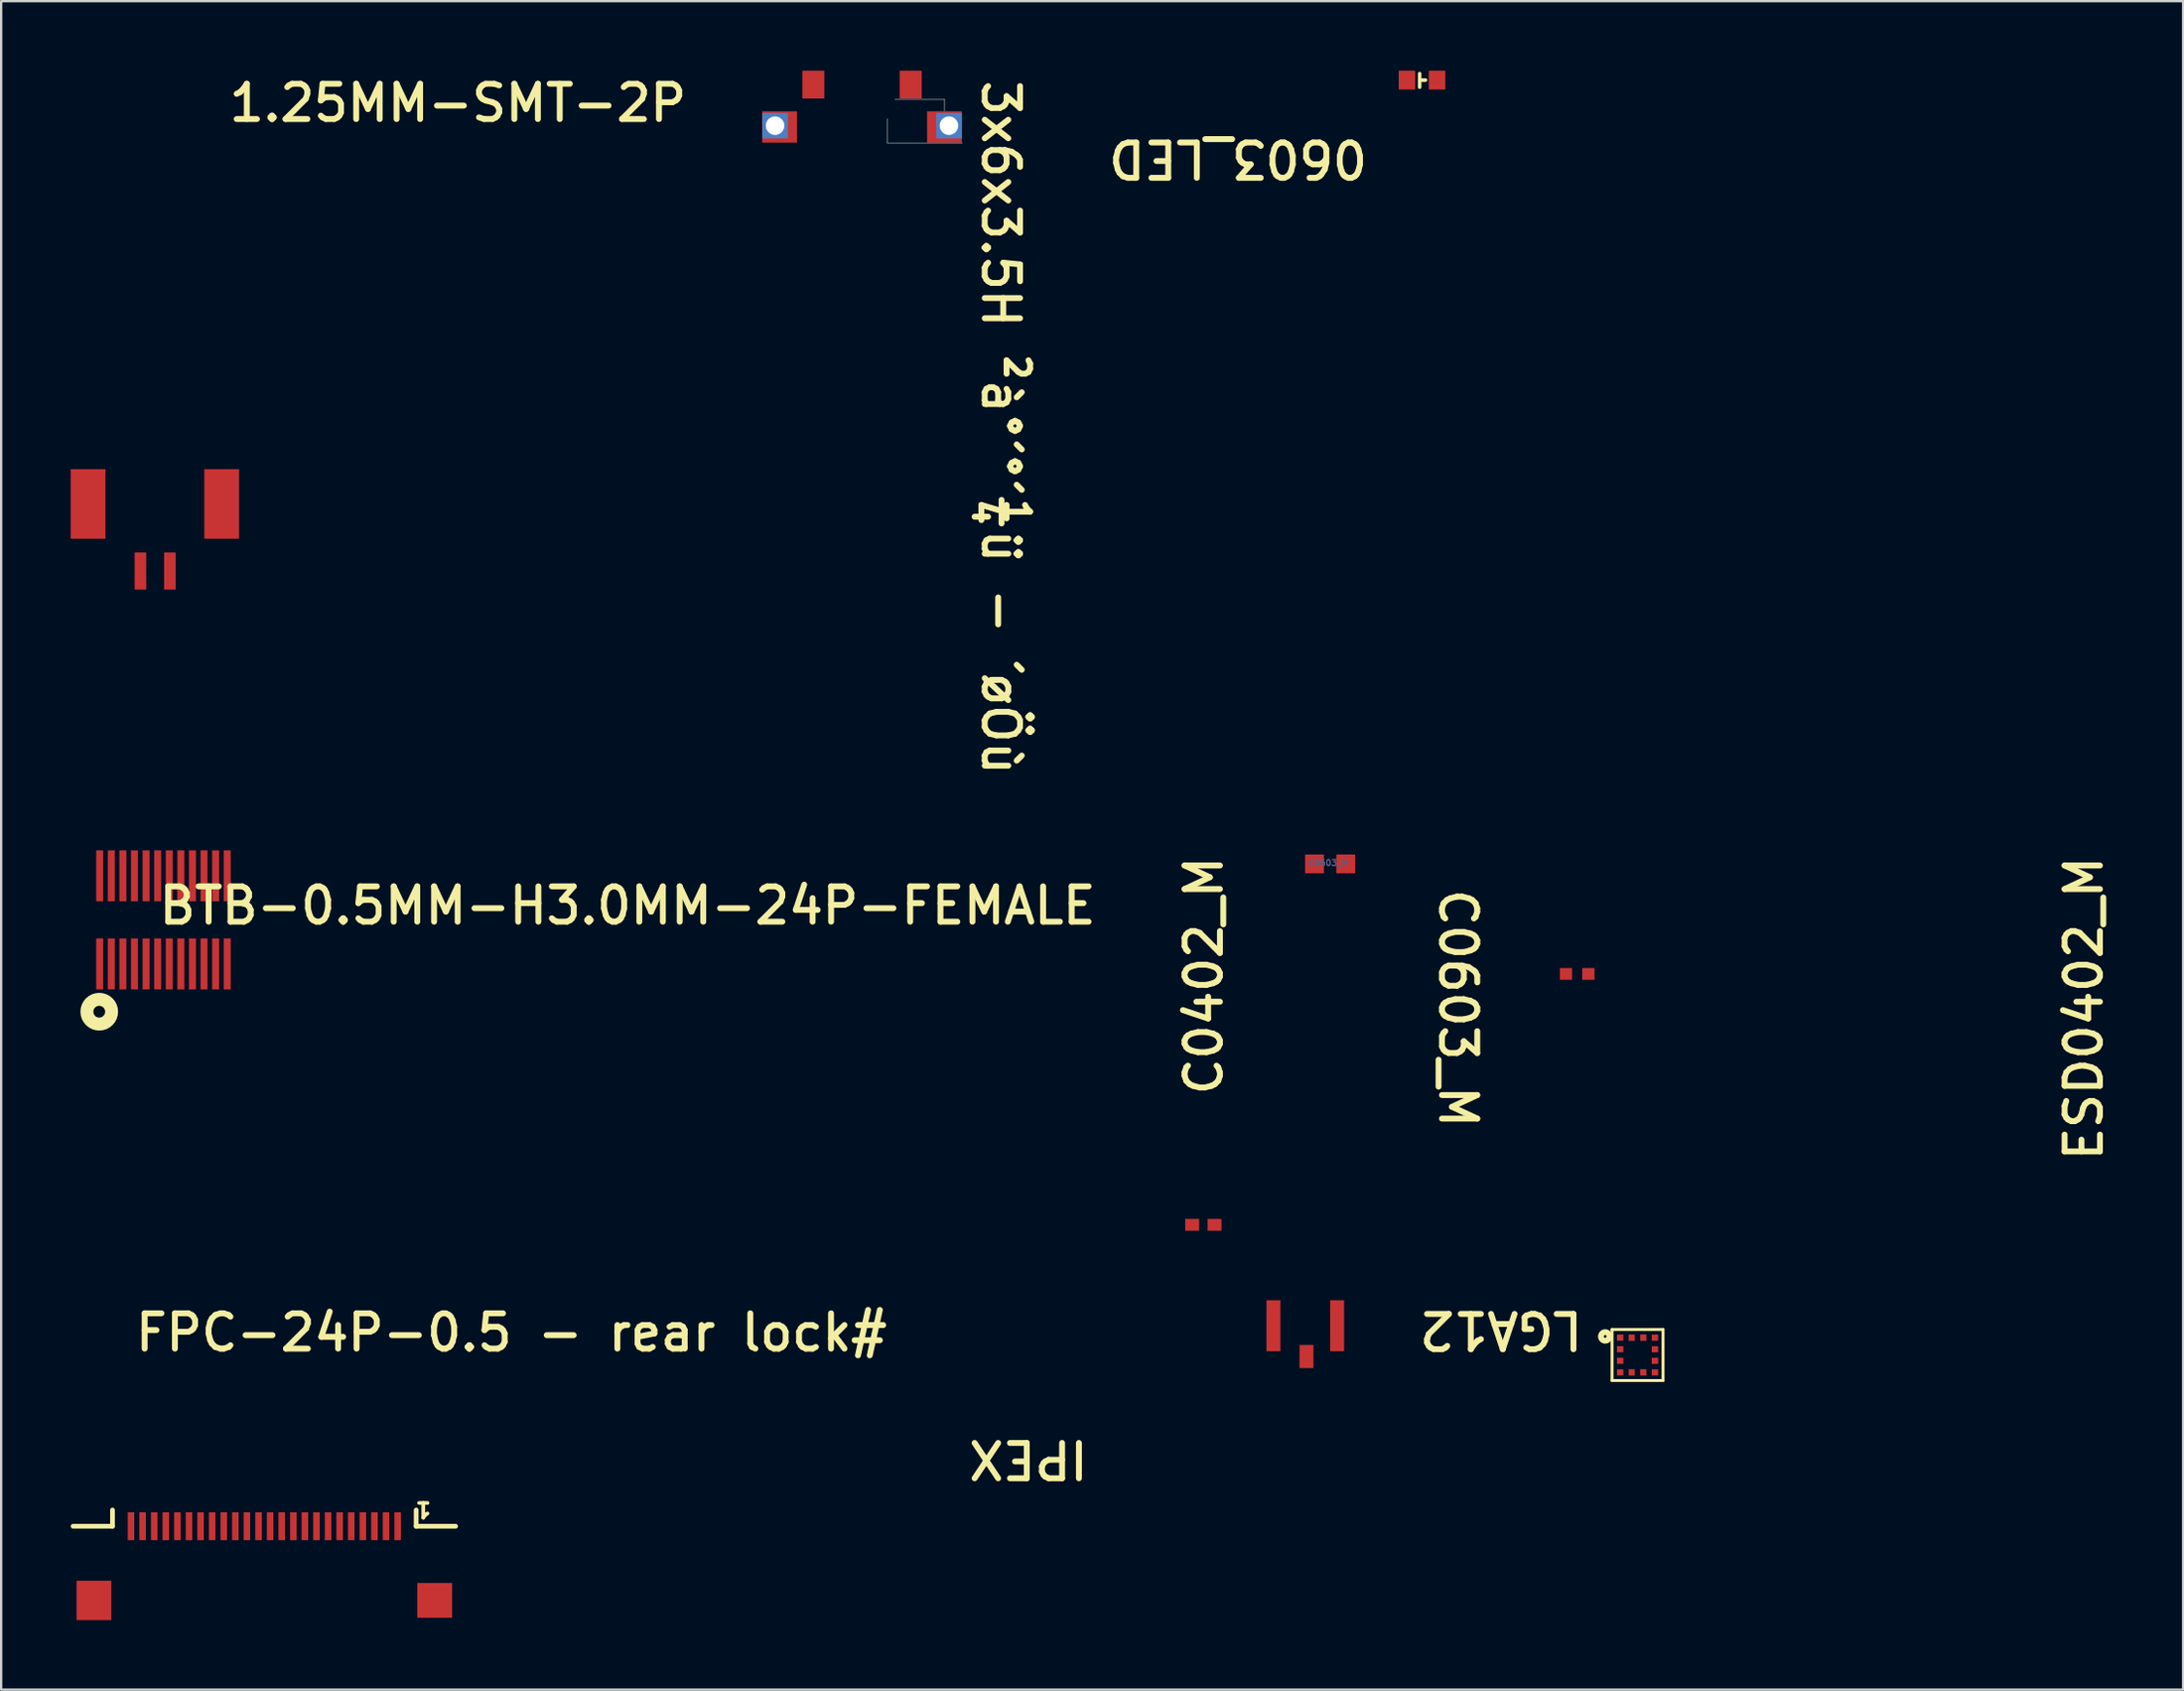
<source format=kicad_pcb>
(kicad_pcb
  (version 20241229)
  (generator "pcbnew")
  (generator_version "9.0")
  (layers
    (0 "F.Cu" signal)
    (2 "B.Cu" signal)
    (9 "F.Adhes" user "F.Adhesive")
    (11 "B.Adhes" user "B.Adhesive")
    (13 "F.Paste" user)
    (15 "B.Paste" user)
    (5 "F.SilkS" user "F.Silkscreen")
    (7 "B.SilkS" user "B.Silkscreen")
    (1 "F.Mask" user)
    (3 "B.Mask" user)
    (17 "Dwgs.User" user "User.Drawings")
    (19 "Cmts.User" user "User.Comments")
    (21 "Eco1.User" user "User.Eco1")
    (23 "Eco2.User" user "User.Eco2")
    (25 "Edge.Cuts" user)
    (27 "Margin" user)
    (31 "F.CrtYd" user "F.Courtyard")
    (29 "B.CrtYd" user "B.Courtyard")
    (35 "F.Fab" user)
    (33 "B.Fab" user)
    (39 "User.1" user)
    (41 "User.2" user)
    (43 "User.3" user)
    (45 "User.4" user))
  (footprint "LGA12"
    (layer "F.Cu")
    (at 67.587 55.413)
    (property "Reference" "LGA12" (at -2.235 -1.974 180) (unlocked yes) (layer "F.SilkS") (effects (font (size 1.524 1.524) (thickness 0.254)) (justify left bottom)))
    (fp_line (start -1.1 1.1) (end -1.1 -1.1) (stroke (width 0.127) (type solid)) (layer "F.SilkS"))
    (fp_line (start 1.1 -1.1) (end -1.1 -1.1) (stroke (width 0.127) (type solid)) (layer "F.SilkS"))
    (fp_line (start 1.1 1.1) (end -1.1 1.1) (stroke (width 0.127) (type solid)) (layer "F.SilkS"))
    (fp_line (start 1.1 1.1) (end 1.1 -1.1) (stroke (width 0.127) (type solid)) (layer "F.SilkS"))
    (fp_circle (center -1.395 -0.802) (end -1.395 -0.862) (stroke (width 0.25) (type solid)) (fill no) (layer "F.SilkS"))
    (pad "1" smd rect (at -0.75 -0.751 180) (size 0.275 0.265) (layers "F.Cu" "F.Mask" "F.Paste"))
    (pad "2" smd rect (at -0.75 -0.251 180) (size 0.275 0.265) (layers "F.Cu" "F.Mask" "F.Paste"))
    (pad "3" smd rect (at -0.75 0.249 180) (size 0.275 0.265) (layers "F.Cu" "F.Mask" "F.Paste"))
    (pad "4" smd rect (at -0.75 0.749 180) (size 0.275 0.265) (layers "F.Cu" "F.Mask" "F.Paste"))
    (pad "5" smd rect (at -0.25 0.749 90) (size 0.275 0.265) (layers "F.Cu" "F.Mask" "F.Paste"))
    (pad "6" smd rect (at 0.25 0.749 270) (size 0.275 0.265) (layers "F.Cu" "F.Mask" "F.Paste"))
    (pad "7" smd rect (at 0.75 0.751 180) (size 0.275 0.265) (layers "F.Cu" "F.Mask" "F.Paste"))
    (pad "8" smd rect (at 0.75 0.251 180) (size 0.275 0.265) (layers "F.Cu" "F.Mask" "F.Paste"))
    (pad "9" smd rect (at 0.75 -0.249 180) (size 0.275 0.265) (layers "F.Cu" "F.Mask" "F.Paste"))
    (pad "10" smd rect (at 0.75 -0.749 180) (size 0.275 0.265) (layers "F.Cu" "F.Mask" "F.Paste"))
    (pad "11" smd rect (at 0.25 -0.749 270) (size 0.275 0.265) (layers "F.Cu" "F.Mask" "F.Paste"))
    (pad "12" smd rect (at -0.25 -0.749 270) (size 0.275 0.265) (layers "F.Cu" "F.Mask" "F.Paste")))
  (footprint "BTB-0.5MM-H3.0MM-24P-FEMALE"
    (layer "F.Cu")
    (at 4 36.638)
    (property "Reference" "BTB-0.5MM-H3.0MM-24P-FEMALE" (at -0.322 0.277 0) (unlocked yes) (layer "F.SilkS") (effects (font (size 1.524 1.524) (thickness 0.254)) (justify left bottom)))
    (fp_circle (center -2.769 3.962) (end -2.769 4.216) (stroke (width 0.559) (type solid)) (fill no) (layer "F.SilkS"))
    (pad "" np_thru_hole circle (at -3.7 -1.25) (size 0.001 0.001) (drill 0.6) (layers "*.Cu" "*.Mask"))
    (pad "" np_thru_hole circle (at 3.7 -1.25 180) (size 0.001 0.001) (drill 0.6) (layers "*.Cu" "*.Mask"))
    (pad "1" smd rect (at -2.75 1.9 180) (size 0.3 2.2) (layers "F.Cu" "F.Mask" "F.Paste"))
    (pad "2" smd rect (at -2.25 1.9 180) (size 0.3 2.2) (layers "F.Cu" "F.Mask" "F.Paste"))
    (pad "3" smd rect (at -1.75 1.9 180) (size 0.3 2.2) (layers "F.Cu" "F.Mask" "F.Paste"))
    (pad "4" smd rect (at -1.25 1.9 180) (size 0.3 2.2) (layers "F.Cu" "F.Mask" "F.Paste"))
    (pad "5" smd rect (at -0.75 1.9 180) (size 0.3 2.2) (layers "F.Cu" "F.Mask" "F.Paste"))
    (pad "6" smd rect (at -0.25 1.9 180) (size 0.3 2.2) (layers "F.Cu" "F.Mask" "F.Paste"))
    (pad "7" smd rect (at 0.25 1.9 180) (size 0.3 2.2) (layers "F.Cu" "F.Mask" "F.Paste"))
    (pad "8" smd rect (at 0.75 1.9 180) (size 0.3 2.2) (layers "F.Cu" "F.Mask" "F.Paste"))
    (pad "9" smd rect (at 1.25 1.9 180) (size 0.3 2.2) (layers "F.Cu" "F.Mask" "F.Paste"))
    (pad "10" smd rect (at 1.75 1.9 180) (size 0.3 2.2) (layers "F.Cu" "F.Mask" "F.Paste"))
    (pad "11" smd rect (at 2.25 1.9 180) (size 0.3 2.2) (layers "F.Cu" "F.Mask" "F.Paste"))
    (pad "12" smd rect (at 2.75 1.9 180) (size 0.3 2.2) (layers "F.Cu" "F.Mask" "F.Paste"))
    (pad "13" smd rect (at 2.75 -1.9 180) (size 0.3 2.2) (layers "F.Cu" "F.Mask" "F.Paste"))
    (pad "14" smd rect (at 2.25 -1.9 180) (size 0.3 2.2) (layers "F.Cu" "F.Mask" "F.Paste"))
    (pad "15" smd rect (at 1.75 -1.9 180) (size 0.3 2.2) (layers "F.Cu" "F.Mask" "F.Paste"))
    (pad "16" smd rect (at 1.25 -1.9 180) (size 0.3 2.2) (layers "F.Cu" "F.Mask" "F.Paste"))
    (pad "17" smd rect (at 0.75 -1.9 180) (size 0.3 2.2) (layers "F.Cu" "F.Mask" "F.Paste"))
    (pad "18" smd rect (at 0.25 -1.9 180) (size 0.3 2.2) (layers "F.Cu" "F.Mask" "F.Paste"))
    (pad "19" smd rect (at -0.25 -1.9 180) (size 0.3 2.2) (layers "F.Cu" "F.Mask" "F.Paste"))
    (pad "20" smd rect (at -0.75 -1.9 180) (size 0.3 2.2) (layers "F.Cu" "F.Mask" "F.Paste"))
    (pad "21" smd rect (at -1.25 -1.9 180) (size 0.3 2.2) (layers "F.Cu" "F.Mask" "F.Paste"))
    (pad "22" smd rect (at -1.75 -1.9 180) (size 0.3 2.2) (layers "F.Cu" "F.Mask" "F.Paste"))
    (pad "23" smd rect (at -2.25 -1.9 180) (size 0.3 2.2) (layers "F.Cu" "F.Mask" "F.Paste"))
    (pad "24" smd rect (at -2.75 -1.9 180) (size 0.3 2.2) (layers "F.Cu" "F.Mask" "F.Paste")))
  (footprint "3x6x3.5H ²à°´°´¼ü - ´øÖù"
    (layer "F.Cu")
    (at 34.134 2.072)
    (property "Reference" "3x6x3.5H ²à°´°´¼ü - ´øÖù" (at 5.093 -1.791 270) (unlocked yes) (layer "F.SilkS") (effects (font (size 1.524 1.524) (thickness 0.254)) (justify left bottom)))
    (fp_line (start 1.1 0) (end 1.1 1.05) (stroke (width 0.025) (type solid)) (layer "Dwgs.User"))
    (fp_line (start 1.1 1.05) (end 4.325 1.05) (stroke (width 0.025) (type solid)) (layer "Dwgs.User"))
    (fp_line (start 1.418 -0.832) (end 3.561 -0.832) (stroke (width 0.025) (type solid)) (layer "Dwgs.User"))
    (fp_line (start 3.561 -0.832) (end 3.561 -0.332) (stroke (width 0.025) (type solid)) (layer "Dwgs.User"))
    (pad "" np_thru_hole rect (at -1.15 0 90) (size 0.001 0.001) (drill 0.9) (layers "*.Cu" "*.Mask"))
    (pad "" np_thru_hole rect (at 1.15 0 90) (size 0.001 0.001) (drill 0.9) (layers "*.Cu" "*.Mask"))
    (pad "1" smd rect (at -2.1 -1.472 90) (size 1.2 0.95) (layers "F.Cu" "F.Mask" "F.Paste"))
    (pad "2" smd rect (at 2.1 -1.472 90) (size 1.2 0.95) (layers "F.Cu" "F.Mask" "F.Paste"))
    (pad "3" thru_hole rect (at -3.75 0.3 90) (size 1.1 1.1) (drill 0.8) (layers "*.Cu" "*.Mask"))
    (pad "3" smd rect (at -3.556 0.356 90) (size 1.35 1.5) (layers "F.Cu" "F.Mask" "F.Paste"))
    (pad "4" smd rect (at 3.556 0.356 90) (size 1.35 1.5) (layers "F.Cu" "F.Mask" "F.Paste"))
    (pad "4" thru_hole rect (at 3.75 0.3 90) (size 1.1 1.1) (drill 0.8) (layers "*.Cu" "*.Mask")))
  (footprint "C0603_M"
    (layer "F.Cu")
    (at 53.678 34.223)
    (property "Reference" "C0603_M" (at 5.271 0.953 270) (unlocked yes) (layer "F.SilkS") (effects (font (size 1.524 1.524) (thickness 0.254)) (justify left bottom)))
    (property "Value" "22uF 6.3V" (at -0.114 0.953 270) (unlocked yes) (layer "F.SilkS") (hide yes) (effects (font (size 1.524 1.524) (thickness 0.254)) (justify left bottom)))
    (fp_line (start -0.468 -0.533) (end -0.468 0.533) (stroke (width 0.102) (type solid)) (layer "Eco1.User"))
    (fp_line (start -0.468 -0.533) (end 1.768 -0.533) (stroke (width 0.102) (type solid)) (layer "Eco1.User"))
    (fp_line (start -0.468 0.533) (end 1.768 0.533) (stroke (width 0.102) (type solid)) (layer "Eco1.User"))
    (fp_line (start 1.768 -0.533) (end 1.768 0.533) (stroke (width 0.102) (type solid)) (layer "Eco1.User"))
    (fp_text user "${VALUE}" (at -0.29 0.102 0) (unlocked yes) (layer "Eco1.User") (effects (font (size 0.254 0.254) (thickness 0.051)) (justify left bottom)))
    (fp_text user "${REFERENCE}" (at -0.315 0.102 0) (unlocked yes) (layer "B.Fab") (effects (font (size 0.254 0.254) (thickness 0.051)) (justify left bottom)))
    (pad "1" smd rect (at -0.025 0 90) (size 0.813 0.813) (layers "F.Cu" "F.Mask" "F.Paste"))
    (pad "2" smd rect (at 1.321 0 90) (size 0.813 0.813) (layers "F.Cu" "F.Mask" "F.Paste")))
  (footprint "C0402_M"
    (layer "F.Cu")
    (at 48.402 49.797)
    (property "Reference" "C0402_M" (at 1.37 -5.469 90) (unlocked yes) (layer "F.SilkS") (effects (font (size 1.524 1.524) (thickness 0.254)) (justify left bottom)))
    (pad "1" smd rect (at -0.025 0) (size 0.6 0.508) (layers "F.Cu" "F.Mask" "F.Paste"))
    (pad "2" smd rect (at 0.94 0) (size 0.6 0.508) (layers "F.Cu" "F.Mask" "F.Paste")))
  (footprint "ESD0402_M"
    (layer "F.Cu")
    (at 64.982 38.971)
    (property "Reference" "ESD0402_M" (at 22.75 8.188 90) (unlocked yes) (layer "F.SilkS") (effects (font (size 1.524 1.524) (thickness 0.254)) (justify left bottom)))
    (pad "A" smd rect (at -0.483 0 180) (size 0.53 0.508) (layers "F.Cu" "F.Mask" "F.Paste"))
    (pad "K" smd rect (at 0.483 0 180) (size 0.53 0.508) (layers "F.Cu" "F.Mask" "F.Paste")))
  (footprint "IPEX"
    (layer "F.Cu")
    (at 53.306 55.651)
    (property "Reference" "IPEX" (at -9.286 3.356 180) (unlocked yes) (layer "F.SilkS") (effects (font (size 1.524 1.524) (thickness 0.254)) (justify left bottom)))
    (pad "1" smd rect (at 0 -0.175 180) (size 0.6 1) (layers "F.Cu" "F.Mask" "F.Paste"))
    (pad "2" smd rect (at 1.322 -1.5 180) (size 0.6 2.2) (layers "F.Cu" "F.Mask" "F.Paste"))
    (pad "3" smd rect (at -1.424 -1.5 180) (size 0.6 2.2) (layers "F.Cu" "F.Mask" "F.Paste")))
  (footprint "1.25MM-SMT-2P"
    (layer "F.Cu")
    (at 3.643 20.14)
    (property "Reference" "1.25MM-SMT-2P" (at 3.061 -17.854 0) (unlocked yes) (layer "F.SilkS") (effects (font (size 1.524 1.524) (thickness 0.254)) (justify left bottom)))
    (pad "1" smd rect (at -0.635 1.448) (size 0.5 1.6) (layers "F.Cu" "F.Mask" "F.Paste"))
    (pad "2" smd rect (at 0.635 1.448) (size 0.5 1.6) (layers "F.Cu" "F.Mask" "F.Paste"))
    (pad "3" smd rect (at 2.87 -1.448 180) (size 1.5 3) (layers "F.Cu" "F.Mask" "F.Paste"))
    (pad "4" smd rect (at -2.893 -1.448) (size 1.5 3) (layers "F.Cu" "F.Mask" "F.Paste")))
  (footprint "FPC-24P-0.5 - rear lock#"
    (layer "F.Cu")
    (at 8.352 62.217)
    (property "Reference" "FPC-24P-0.5 - rear lock#" (at -5.693 -6.881 0) (unlocked yes) (layer "F.SilkS") (effects (font (size 1.524 1.524) (thickness 0.254)) (justify left bottom)))
    (fp_line (start -8.25 0.583) (end -6.55 0.583) (stroke (width 0.203) (type solid)) (layer "F.SilkS"))
    (fp_line (start -6.55 0.583) (end -6.55 -0.117) (stroke (width 0.203) (type solid)) (layer "F.SilkS"))
    (fp_line (start 6.55 0.583) (end 6.55 -0.117) (stroke (width 0.203) (type solid)) (layer "F.SilkS"))
    (fp_line (start 6.55 0.583) (end 8.25 0.583) (stroke (width 0.203) (type solid)) (layer "F.SilkS"))
    (fp_text user "1" (at 7.264 -0.508 180) (unlocked yes) (layer "F.SilkS") (effects (font (size 0.635 0.635) (thickness 0.254) (bold yes)) (justify left bottom)))
    (pad "1" smd rect (at 5.75 0.583 180) (size 0.28 1.2) (layers "F.Cu" "F.Mask" "F.Paste"))
    (pad "2" smd rect (at 5.25 0.583 180) (size 0.28 1.2) (layers "F.Cu" "F.Mask" "F.Paste"))
    (pad "3" smd rect (at 4.75 0.583 180) (size 0.28 1.2) (layers "F.Cu" "F.Mask" "F.Paste"))
    (pad "4" smd rect (at 4.25 0.583 180) (size 0.28 1.2) (layers "F.Cu" "F.Mask" "F.Paste"))
    (pad "5" smd rect (at 3.75 0.583 180) (size 0.28 1.2) (layers "F.Cu" "F.Mask" "F.Paste"))
    (pad "6" smd rect (at 3.25 0.583 180) (size 0.28 1.2) (layers "F.Cu" "F.Mask" "F.Paste"))
    (pad "7" smd rect (at 2.75 0.583 180) (size 0.28 1.2) (layers "F.Cu" "F.Mask" "F.Paste"))
    (pad "8" smd rect (at 2.25 0.583 180) (size 0.28 1.2) (layers "F.Cu" "F.Mask" "F.Paste"))
    (pad "9" smd rect (at 1.75 0.583 180) (size 0.28 1.2) (layers "F.Cu" "F.Mask" "F.Paste"))
    (pad "10" smd rect (at 1.25 0.583 180) (size 0.28 1.2) (layers "F.Cu" "F.Mask" "F.Paste"))
    (pad "11" smd rect (at 0.75 0.583 180) (size 0.28 1.2) (layers "F.Cu" "F.Mask" "F.Paste"))
    (pad "12" smd rect (at 0.25 0.583 180) (size 0.28 1.2) (layers "F.Cu" "F.Mask" "F.Paste"))
    (pad "13" smd rect (at -0.25 0.583 180) (size 0.28 1.2) (layers "F.Cu" "F.Mask" "F.Paste"))
    (pad "14" smd rect (at -0.75 0.583 180) (size 0.28 1.2) (layers "F.Cu" "F.Mask" "F.Paste"))
    (pad "15" smd rect (at -1.25 0.583 180) (size 0.28 1.2) (layers "F.Cu" "F.Mask" "F.Paste"))
    (pad "16" smd rect (at -1.75 0.583 180) (size 0.28 1.2) (layers "F.Cu" "F.Mask" "F.Paste"))
    (pad "17" smd rect (at -2.25 0.583 180) (size 0.28 1.2) (layers "F.Cu" "F.Mask" "F.Paste"))
    (pad "18" smd rect (at -2.75 0.583 180) (size 0.28 1.2) (layers "F.Cu" "F.Mask" "F.Paste"))
    (pad "19" smd rect (at -3.25 0.583) (size 0.28 1.2) (layers "F.Cu" "F.Mask" "F.Paste"))
    (pad "20" smd rect (at -3.75 0.583) (size 0.28 1.2) (layers "F.Cu" "F.Mask" "F.Paste"))
    (pad "21" smd rect (at -4.25 0.583) (size 0.28 1.2) (layers "F.Cu" "F.Mask" "F.Paste"))
    (pad "22" smd rect (at -4.75 0.583) (size 0.28 1.2) (layers "F.Cu" "F.Mask" "F.Paste"))
    (pad "23" smd rect (at -5.25 0.583) (size 0.28 1.2) (layers "F.Cu" "F.Mask" "F.Paste"))
    (pad "24" smd rect (at -5.75 0.583) (size 0.28 1.2) (layers "F.Cu" "F.Mask" "F.Paste"))
    (pad "25" smd rect (at -7.35 3.783) (size 1.5 1.7) (layers "F.Cu" "F.Mask" "F.Paste"))
    (pad "26" smd rect (at 7.35 3.783) (size 1.5 1.5) (layers "F.Cu" "F.Mask" "F.Paste")))
  (footprint "0603_LED"
    (layer "F.Cu")
    (at 58.29 0.406)
    (property "Reference" "0603_LED" (at -2.217 2.492 180) (unlocked yes) (layer "F.SilkS") (effects (font (size 1.524 1.524) (thickness 0.254)) (justify left bottom)))
    (fp_line (start -0.102 -0.279) (end -0.102 0.305) (stroke (width 0.152) (type solid)) (layer "F.SilkS"))
    (fp_line (start 0.152 0) (end -0.102 0) (stroke (width 0.152) (type solid)) (layer "F.SilkS"))
    (pad "A" smd rect (at -0.65 0 90) (size 0.813 0.711) (layers "F.Cu" "F.Mask" "F.Paste"))
    (pad "K" smd rect (at 0.65 0 90) (size 0.813 0.711) (layers "F.Cu" "F.Mask" "F.Paste")))
  (gr_rect
    (start -3 -3)
    (end 91.121 69.85)
    (stroke (width 0.1) (type default))
    (fill no)
    (layer "Edge.Cuts")))
</source>
